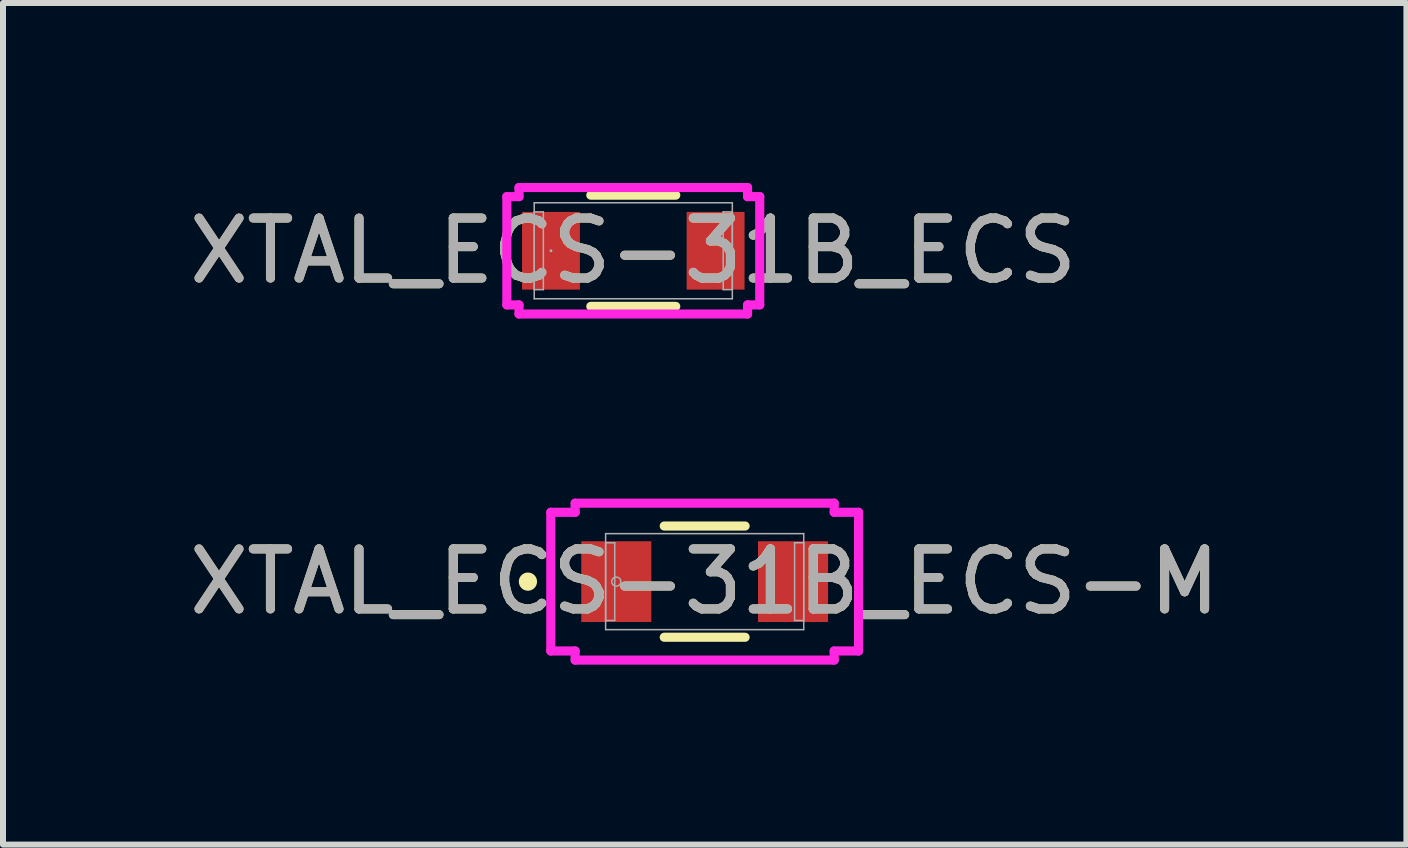
<source format=kicad_pcb>
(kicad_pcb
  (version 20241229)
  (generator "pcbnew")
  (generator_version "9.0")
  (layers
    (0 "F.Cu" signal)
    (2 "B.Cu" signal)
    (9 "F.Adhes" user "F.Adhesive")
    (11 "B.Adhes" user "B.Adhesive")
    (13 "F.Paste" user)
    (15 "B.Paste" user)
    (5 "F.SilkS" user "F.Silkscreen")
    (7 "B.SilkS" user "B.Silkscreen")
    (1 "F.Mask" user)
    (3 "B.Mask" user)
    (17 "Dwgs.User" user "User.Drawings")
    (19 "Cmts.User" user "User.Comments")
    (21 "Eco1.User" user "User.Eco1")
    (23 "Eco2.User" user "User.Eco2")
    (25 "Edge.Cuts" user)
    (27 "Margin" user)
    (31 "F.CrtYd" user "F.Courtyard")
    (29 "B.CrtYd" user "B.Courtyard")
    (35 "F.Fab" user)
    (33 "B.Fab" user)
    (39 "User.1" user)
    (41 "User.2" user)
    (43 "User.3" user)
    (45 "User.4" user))
  (footprint "XTAL_ECS-31B_ECS"
    (layer "F.Cu")
    (at 7.506 1.13)
    (property "Reference" "XTAL_ECS-31B_ECS" (at 0 0 0) (unlocked yes) (layer "F.SilkS") (effects (font (size 1 1) (thickness 0.15))))
    (attr smd)
    (fp_line (start -0.708 0.927) (end 0.708 0.927) (stroke (width 0.152) (type solid)) (layer "F.SilkS"))
    (fp_line (start 0.708 -0.927) (end -0.708 -0.927) (stroke (width 0.152) (type solid)) (layer "F.SilkS"))
    (fp_line (start -2.108 -0.902) (end -1.905 -0.902) (stroke (width 0.152) (type solid)) (layer "F.CrtYd"))
    (fp_line (start -2.108 0.902) (end -2.108 -0.902) (stroke (width 0.152) (type solid)) (layer "F.CrtYd"))
    (fp_line (start -1.905 -1.054) (end 1.905 -1.054) (stroke (width 0.152) (type solid)) (layer "F.CrtYd"))
    (fp_line (start -1.905 -0.902) (end -1.905 -1.054) (stroke (width 0.152) (type solid)) (layer "F.CrtYd"))
    (fp_line (start -1.905 0.902) (end -2.108 0.902) (stroke (width 0.152) (type solid)) (layer "F.CrtYd"))
    (fp_line (start -1.905 1.054) (end -1.905 0.902) (stroke (width 0.152) (type solid)) (layer "F.CrtYd"))
    (fp_line (start 1.905 -1.054) (end 1.905 -0.902) (stroke (width 0.152) (type solid)) (layer "F.CrtYd"))
    (fp_line (start 1.905 -0.902) (end 2.108 -0.902) (stroke (width 0.152) (type solid)) (layer "F.CrtYd"))
    (fp_line (start 1.905 0.902) (end 1.905 1.054) (stroke (width 0.152) (type solid)) (layer "F.CrtYd"))
    (fp_line (start 1.905 1.054) (end -1.905 1.054) (stroke (width 0.152) (type solid)) (layer "F.CrtYd"))
    (fp_line (start 2.108 -0.902) (end 2.108 0.902) (stroke (width 0.152) (type solid)) (layer "F.CrtYd"))
    (fp_line (start 2.108 0.902) (end 1.905 0.902) (stroke (width 0.152) (type solid)) (layer "F.CrtYd"))
    (fp_line (start -1.651 -0.8) (end -1.651 0.8) (stroke (width 0.025) (type solid)) (layer "F.Fab"))
    (fp_line (start -1.651 -0.648) (end -1.499 -0.648) (stroke (width 0.025) (type solid)) (layer "F.Fab"))
    (fp_line (start -1.651 0.648) (end -1.651 -0.648) (stroke (width 0.025) (type solid)) (layer "F.Fab"))
    (fp_line (start -1.651 0.8) (end 1.651 0.8) (stroke (width 0.025) (type solid)) (layer "F.Fab"))
    (fp_line (start -1.499 -0.648) (end -1.499 0.648) (stroke (width 0.025) (type solid)) (layer "F.Fab"))
    (fp_line (start -1.499 0.648) (end -1.651 0.648) (stroke (width 0.025) (type solid)) (layer "F.Fab"))
    (fp_line (start 1.499 -0.648) (end 1.651 -0.648) (stroke (width 0.025) (type solid)) (layer "F.Fab"))
    (fp_line (start 1.499 0.648) (end 1.499 -0.648) (stroke (width 0.025) (type solid)) (layer "F.Fab"))
    (fp_line (start 1.651 -0.8) (end -1.651 -0.8) (stroke (width 0.025) (type solid)) (layer "F.Fab"))
    (fp_line (start 1.651 -0.648) (end 1.651 0.648) (stroke (width 0.025) (type solid)) (layer "F.Fab"))
    (fp_line (start 1.651 0.648) (end 1.499 0.648) (stroke (width 0.025) (type solid)) (layer "F.Fab"))
    (fp_line (start 1.651 0.8) (end 1.651 -0.8) (stroke (width 0.025) (type solid)) (layer "F.Fab"))
    (fp_circle (center -1.372 0) (end -1.372 0) (stroke (width 0.025) (type solid)) (fill no) (layer "F.Fab"))
    (fp_text user "${REFERENCE}" (at 0 0 0) (unlocked yes) (layer "F.Fab") (effects (font (size 1 1) (thickness 0.15))))
    (pad "1" smd rect (at -1.372 0) (size 0.965 1.295) (layers "F.Cu" "F.Mask" "F.Paste"))
    (pad "2" smd rect (at 1.372 0) (size 0.965 1.295) (layers "F.Cu" "F.Mask" "F.Paste"))
    (zone (net_name "") (layer "F.Cu") (hatch full 0.508) (connect_pads) (min_thickness 0.254) (filled_areas_thickness no) (keepout (tracks not_allowed) (vias not_allowed) (pads allowed) (copperpour not_allowed) (footprints allowed)) (placement (enabled no)) (fill) (polygon (pts (xy 6.668 0.381) (xy 8.344 0.381) (xy 8.344 1.88) (xy 6.668 1.88)))))
  (footprint "XTAL_ECS-31B_ECS-M"
    (layer "F.Cu")
    (at 8.696 6.645)
    (property "Reference" "XTAL_ECS-31B_ECS-M" (at 0 0 0) (unlocked yes) (layer "F.SilkS") (effects (font (size 1 1) (thickness 0.15))))
    (attr smd)
    (fp_line (start -0.674 0.927) (end 0.674 0.927) (stroke (width 0.152) (type solid)) (layer "F.SilkS"))
    (fp_line (start 0.674 -0.927) (end -0.674 -0.927) (stroke (width 0.152) (type solid)) (layer "F.SilkS"))
    (fp_circle (center -2.946 0) (end -2.87 0) (stroke (width 0.152) (type solid)) (fill no) (layer "F.SilkS"))
    (fp_line (start -2.565 -1.156) (end -2.159 -1.156) (stroke (width 0.152) (type solid)) (layer "F.CrtYd"))
    (fp_line (start -2.565 1.156) (end -2.565 -1.156) (stroke (width 0.152) (type solid)) (layer "F.CrtYd"))
    (fp_line (start -2.159 -1.308) (end 2.159 -1.308) (stroke (width 0.152) (type solid)) (layer "F.CrtYd"))
    (fp_line (start -2.159 -1.156) (end -2.159 -1.308) (stroke (width 0.152) (type solid)) (layer "F.CrtYd"))
    (fp_line (start -2.159 1.156) (end -2.565 1.156) (stroke (width 0.152) (type solid)) (layer "F.CrtYd"))
    (fp_line (start -2.159 1.308) (end -2.159 1.156) (stroke (width 0.152) (type solid)) (layer "F.CrtYd"))
    (fp_line (start 2.159 -1.308) (end 2.159 -1.156) (stroke (width 0.152) (type solid)) (layer "F.CrtYd"))
    (fp_line (start 2.159 -1.156) (end 2.565 -1.156) (stroke (width 0.152) (type solid)) (layer "F.CrtYd"))
    (fp_line (start 2.159 1.156) (end 2.159 1.308) (stroke (width 0.152) (type solid)) (layer "F.CrtYd"))
    (fp_line (start 2.159 1.308) (end -2.159 1.308) (stroke (width 0.152) (type solid)) (layer "F.CrtYd"))
    (fp_line (start 2.565 -1.156) (end 2.565 1.156) (stroke (width 0.152) (type solid)) (layer "F.CrtYd"))
    (fp_line (start 2.565 1.156) (end 2.159 1.156) (stroke (width 0.152) (type solid)) (layer "F.CrtYd"))
    (fp_line (start -1.651 -0.8) (end -1.651 0.8) (stroke (width 0.025) (type solid)) (layer "F.Fab"))
    (fp_line (start -1.651 -0.648) (end -1.499 -0.648) (stroke (width 0.025) (type solid)) (layer "F.Fab"))
    (fp_line (start -1.651 0.648) (end -1.651 -0.648) (stroke (width 0.025) (type solid)) (layer "F.Fab"))
    (fp_line (start -1.651 0.8) (end 1.651 0.8) (stroke (width 0.025) (type solid)) (layer "F.Fab"))
    (fp_line (start -1.499 -0.648) (end -1.499 0.648) (stroke (width 0.025) (type solid)) (layer "F.Fab"))
    (fp_line (start -1.499 0.648) (end -1.651 0.648) (stroke (width 0.025) (type solid)) (layer "F.Fab"))
    (fp_line (start 1.499 -0.648) (end 1.651 -0.648) (stroke (width 0.025) (type solid)) (layer "F.Fab"))
    (fp_line (start 1.499 0.648) (end 1.499 -0.648) (stroke (width 0.025) (type solid)) (layer "F.Fab"))
    (fp_line (start 1.651 -0.8) (end -1.651 -0.8) (stroke (width 0.025) (type solid)) (layer "F.Fab"))
    (fp_line (start 1.651 -0.648) (end 1.651 0.648) (stroke (width 0.025) (type solid)) (layer "F.Fab"))
    (fp_line (start 1.651 0.648) (end 1.499 0.648) (stroke (width 0.025) (type solid)) (layer "F.Fab"))
    (fp_line (start 1.651 0.8) (end 1.651 -0.8) (stroke (width 0.025) (type solid)) (layer "F.Fab"))
    (fp_circle (center -1.473 0) (end -1.397 0) (stroke (width 0.025) (type solid)) (fill no) (layer "F.Fab"))
    (fp_text user "${REFERENCE}" (at 0 0 0) (unlocked yes) (layer "F.Fab") (effects (font (size 1 1) (thickness 0.15))))
    (pad "1" smd rect (at -1.473 0) (size 1.168 1.346) (layers "F.Cu" "F.Mask" "F.Paste"))
    (pad "2" smd rect (at 1.473 0) (size 1.168 1.346) (layers "F.Cu" "F.Mask" "F.Paste"))
    (zone (net_name "") (layer "F.Cu") (hatch full 0.508) (connect_pads) (min_thickness 0.254) (filled_areas_thickness no) (keepout (tracks not_allowed) (vias not_allowed) (pads allowed) (copperpour not_allowed) (footprints allowed)) (placement (enabled no)) (fill) (polygon (pts (xy 7.858 5.896) (xy 9.535 5.896) (xy 9.535 7.394) (xy 7.858 7.394)))))
  (gr_rect
    (start -3 -3)
    (end 20.393 11.029)
    (stroke (width 0.1) (type default))
    (fill no)
    (layer "Edge.Cuts")))
</source>
